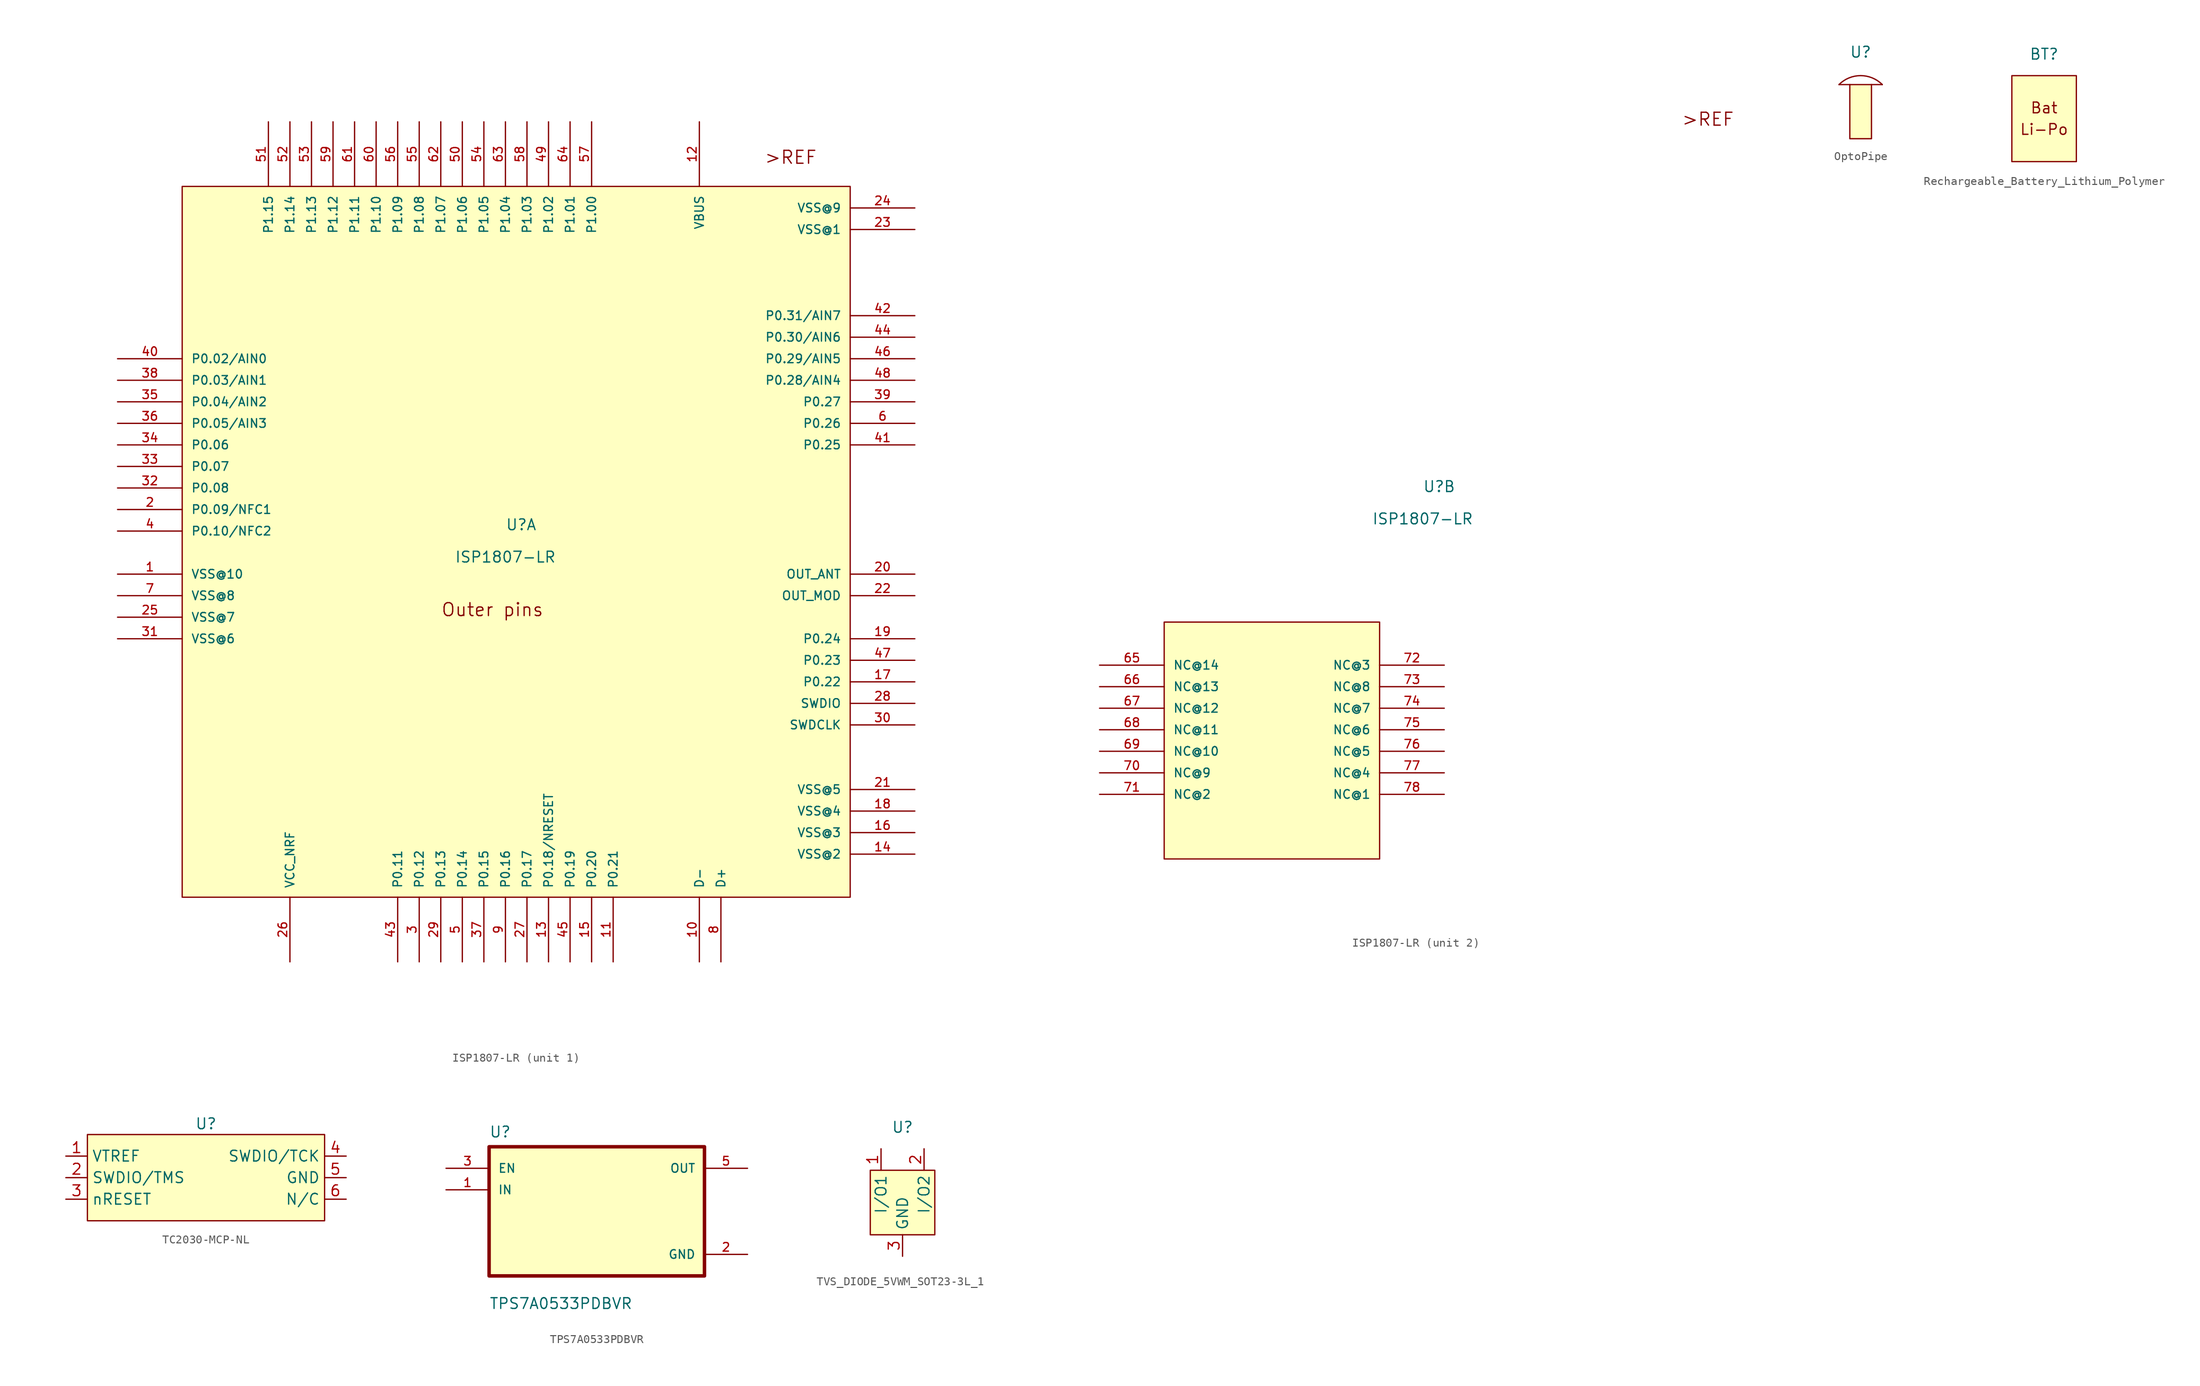
<source format=kicad_sym>
(kicad_symbol_lib
  (version 20220914)
  (generator kicad_symbol_editor)
  (symbol "ISP1807-LR"
    (pin_names
      (offset 1.016))
    (property "Reference" "U"
      (at 38.1 43.18 0)
      (effects (font (size 1.27 1.27)) (justify left bottom)))
    (property "Value" "ISP1807-LR"
      (at 38.1 39.37 0)
      (effects (font (size 1.27 1.27)) (justify bottom)))
    (symbol "ISP1807-LR_1_0"
      (rectangle (start 0 83.82) (end 78.74 0) (stroke (width 0.152) (type default)) (fill (type background)))
      (text ">REF" (at 68.58 86.36 0) (effects (font (size 1.524 1.524)) (justify left bottom)))
      (text "Outer pins" (at 30.48 33.02 0) (effects (font (size 1.524 1.524)) (justify left bottom)))
      (pin power_in line (at -7.62 38.1 0) (length 7.62) (name "VSS@10" (effects (font (size 1.016 1.016)))) (number "1" (effects (font (size 1.016 1.016)))))
      (pin power_in line (at 60.96 -7.62 90) (length 7.62) (name "D-" (effects (font (size 1.016 1.016)))) (number "10" (effects (font (size 1.016 1.016)))))
      (pin bidirectional line (at 50.8 -7.62 90) (length 7.62) (name "P0.21" (effects (font (size 1.016 1.016)))) (number "11" (effects (font (size 1.016 1.016)))))
      (pin power_in line (at 60.96 91.44 270) (length 7.62) (name "VBUS" (effects (font (size 1.016 1.016)))) (number "12" (effects (font (size 1.016 1.016)))))
      (pin bidirectional line (at 43.18 -7.62 90) (length 7.62) (name "P0.18/NRESET" (effects (font (size 1.016 1.016)))) (number "13" (effects (font (size 1.016 1.016)))))
      (pin power_in line (at 86.36 5.08 180) (length 7.62) (name "VSS@2" (effects (font (size 1.016 1.016)))) (number "14" (effects (font (size 1.016 1.016)))))
      (pin bidirectional line (at 48.26 -7.62 90) (length 7.62) (name "P0.20" (effects (font (size 1.016 1.016)))) (number "15" (effects (font (size 1.016 1.016)))))
      (pin power_in line (at 86.36 7.62 180) (length 7.62) (name "VSS@3" (effects (font (size 1.016 1.016)))) (number "16" (effects (font (size 1.016 1.016)))))
      (pin bidirectional line (at 86.36 25.4 180) (length 7.62) (name "P0.22" (effects (font (size 1.016 1.016)))) (number "17" (effects (font (size 1.016 1.016)))))
      (pin power_in line (at 86.36 10.16 180) (length 7.62) (name "VSS@4" (effects (font (size 1.016 1.016)))) (number "18" (effects (font (size 1.016 1.016)))))
      (pin bidirectional line (at 86.36 30.48 180) (length 7.62) (name "P0.24" (effects (font (size 1.016 1.016)))) (number "19" (effects (font (size 1.016 1.016)))))
      (pin bidirectional line (at -7.62 45.72 0) (length 7.62) (name "P0.09/NFC1" (effects (font (size 1.016 1.016)))) (number "2" (effects (font (size 1.016 1.016)))))
      (pin bidirectional line (at 86.36 38.1 180) (length 7.62) (name "OUT_ANT" (effects (font (size 1.016 1.016)))) (number "20" (effects (font (size 1.016 1.016)))))
      (pin power_in line (at 86.36 12.7 180) (length 7.62) (name "VSS@5" (effects (font (size 1.016 1.016)))) (number "21" (effects (font (size 1.016 1.016)))))
      (pin bidirectional line (at 86.36 35.56 180) (length 7.62) (name "OUT_MOD" (effects (font (size 1.016 1.016)))) (number "22" (effects (font (size 1.016 1.016)))))
      (pin power_in line (at 86.36 78.74 180) (length 7.62) (name "VSS@1" (effects (font (size 1.016 1.016)))) (number "23" (effects (font (size 1.016 1.016)))))
      (pin power_in line (at 86.36 81.28 180) (length 7.62) (name "VSS@9" (effects (font (size 1.016 1.016)))) (number "24" (effects (font (size 1.016 1.016)))))
      (pin power_in line (at -7.62 33.02 0) (length 7.62) (name "VSS@7" (effects (font (size 1.016 1.016)))) (number "25" (effects (font (size 1.016 1.016)))))
      (pin power_in line (at 12.7 -7.62 90) (length 7.62) (name "VCC_NRF" (effects (font (size 1.016 1.016)))) (number "26" (effects (font (size 1.016 1.016)))))
      (pin bidirectional line (at 40.64 -7.62 90) (length 7.62) (name "P0.17" (effects (font (size 1.016 1.016)))) (number "27" (effects (font (size 1.016 1.016)))))
      (pin bidirectional line (at 86.36 22.86 180) (length 7.62) (name "SWDIO" (effects (font (size 1.016 1.016)))) (number "28" (effects (font (size 1.016 1.016)))))
      (pin bidirectional line (at 30.48 -7.62 90) (length 7.62) (name "P0.13" (effects (font (size 1.016 1.016)))) (number "29" (effects (font (size 1.016 1.016)))))
      (pin bidirectional line (at 27.94 -7.62 90) (length 7.62) (name "P0.12" (effects (font (size 1.016 1.016)))) (number "3" (effects (font (size 1.016 1.016)))))
      (pin input line (at 86.36 20.32 180) (length 7.62) (name "SWDCLK" (effects (font (size 1.016 1.016)))) (number "30" (effects (font (size 1.016 1.016)))))
      (pin power_in line (at -7.62 30.48 0) (length 7.62) (name "VSS@6" (effects (font (size 1.016 1.016)))) (number "31" (effects (font (size 1.016 1.016)))))
      (pin bidirectional line (at -7.62 48.26 0) (length 7.62) (name "P0.08" (effects (font (size 1.016 1.016)))) (number "32" (effects (font (size 1.016 1.016)))))
      (pin bidirectional line (at -7.62 50.8 0) (length 7.62) (name "P0.07" (effects (font (size 1.016 1.016)))) (number "33" (effects (font (size 1.016 1.016)))))
      (pin bidirectional line (at -7.62 53.34 0) (length 7.62) (name "P0.06" (effects (font (size 1.016 1.016)))) (number "34" (effects (font (size 1.016 1.016)))))
      (pin bidirectional line (at -7.62 58.42 0) (length 7.62) (name "P0.04/AIN2" (effects (font (size 1.016 1.016)))) (number "35" (effects (font (size 1.016 1.016)))))
      (pin bidirectional line (at -7.62 55.88 0) (length 7.62) (name "P0.05/AIN3" (effects (font (size 1.016 1.016)))) (number "36" (effects (font (size 1.016 1.016)))))
      (pin bidirectional line (at 35.56 -7.62 90) (length 7.62) (name "P0.15" (effects (font (size 1.016 1.016)))) (number "37" (effects (font (size 1.016 1.016)))))
      (pin bidirectional line (at -7.62 60.96 0) (length 7.62) (name "P0.03/AIN1" (effects (font (size 1.016 1.016)))) (number "38" (effects (font (size 1.016 1.016)))))
      (pin bidirectional line (at 86.36 58.42 180) (length 7.62) (name "P0.27" (effects (font (size 1.016 1.016)))) (number "39" (effects (font (size 1.016 1.016)))))
      (pin bidirectional line (at -7.62 43.18 0) (length 7.62) (name "P0.10/NFC2" (effects (font (size 1.016 1.016)))) (number "4" (effects (font (size 1.016 1.016)))))
      (pin bidirectional line (at -7.62 63.5 0) (length 7.62) (name "P0.02/AIN0" (effects (font (size 1.016 1.016)))) (number "40" (effects (font (size 1.016 1.016)))))
      (pin bidirectional line (at 86.36 53.34 180) (length 7.62) (name "P0.25" (effects (font (size 1.016 1.016)))) (number "41" (effects (font (size 1.016 1.016)))))
      (pin bidirectional line (at 86.36 68.58 180) (length 7.62) (name "P0.31/AIN7" (effects (font (size 1.016 1.016)))) (number "42" (effects (font (size 1.016 1.016)))))
      (pin bidirectional line (at 25.4 -7.62 90) (length 7.62) (name "P0.11" (effects (font (size 1.016 1.016)))) (number "43" (effects (font (size 1.016 1.016)))))
      (pin bidirectional line (at 86.36 66.04 180) (length 7.62) (name "P0.30/AIN6" (effects (font (size 1.016 1.016)))) (number "44" (effects (font (size 1.016 1.016)))))
      (pin bidirectional line (at 45.72 -7.62 90) (length 7.62) (name "P0.19" (effects (font (size 1.016 1.016)))) (number "45" (effects (font (size 1.016 1.016)))))
      (pin bidirectional line (at 86.36 63.5 180) (length 7.62) (name "P0.29/AIN5" (effects (font (size 1.016 1.016)))) (number "46" (effects (font (size 1.016 1.016)))))
      (pin bidirectional line (at 86.36 27.94 180) (length 7.62) (name "P0.23" (effects (font (size 1.016 1.016)))) (number "47" (effects (font (size 1.016 1.016)))))
      (pin bidirectional line (at 86.36 60.96 180) (length 7.62) (name "P0.28/AIN4" (effects (font (size 1.016 1.016)))) (number "48" (effects (font (size 1.016 1.016)))))
      (pin bidirectional line (at 43.18 91.44 270) (length 7.62) (name "P1.02" (effects (font (size 1.016 1.016)))) (number "49" (effects (font (size 1.016 1.016)))))
      (pin bidirectional line (at 33.02 -7.62 90) (length 7.62) (name "P0.14" (effects (font (size 1.016 1.016)))) (number "5" (effects (font (size 1.016 1.016)))))
      (pin bidirectional line (at 33.02 91.44 270) (length 7.62) (name "P1.06" (effects (font (size 1.016 1.016)))) (number "50" (effects (font (size 1.016 1.016)))))
      (pin bidirectional line (at 10.16 91.44 270) (length 7.62) (name "P1.15" (effects (font (size 1.016 1.016)))) (number "51" (effects (font (size 1.016 1.016)))))
      (pin bidirectional line (at 12.7 91.44 270) (length 7.62) (name "P1.14" (effects (font (size 1.016 1.016)))) (number "52" (effects (font (size 1.016 1.016)))))
      (pin bidirectional line (at 15.24 91.44 270) (length 7.62) (name "P1.13" (effects (font (size 1.016 1.016)))) (number "53" (effects (font (size 1.016 1.016)))))
      (pin bidirectional line (at 35.56 91.44 270) (length 7.62) (name "P1.05" (effects (font (size 1.016 1.016)))) (number "54" (effects (font (size 1.016 1.016)))))
      (pin bidirectional line (at 27.94 91.44 270) (length 7.62) (name "P1.08" (effects (font (size 1.016 1.016)))) (number "55" (effects (font (size 1.016 1.016)))))
      (pin bidirectional line (at 25.4 91.44 270) (length 7.62) (name "P1.09" (effects (font (size 1.016 1.016)))) (number "56" (effects (font (size 1.016 1.016)))))
      (pin bidirectional line (at 48.26 91.44 270) (length 7.62) (name "P1.00" (effects (font (size 1.016 1.016)))) (number "57" (effects (font (size 1.016 1.016)))))
      (pin bidirectional line (at 40.64 91.44 270) (length 7.62) (name "P1.03" (effects (font (size 1.016 1.016)))) (number "58" (effects (font (size 1.016 1.016)))))
      (pin bidirectional line (at 17.78 91.44 270) (length 7.62) (name "P1.12" (effects (font (size 1.016 1.016)))) (number "59" (effects (font (size 1.016 1.016)))))
      (pin bidirectional line (at 86.36 55.88 180) (length 7.62) (name "P0.26" (effects (font (size 1.016 1.016)))) (number "6" (effects (font (size 1.016 1.016)))))
      (pin bidirectional line (at 22.86 91.44 270) (length 7.62) (name "P1.10" (effects (font (size 1.016 1.016)))) (number "60" (effects (font (size 1.016 1.016)))))
      (pin bidirectional line (at 20.32 91.44 270) (length 7.62) (name "P1.11" (effects (font (size 1.016 1.016)))) (number "61" (effects (font (size 1.016 1.016)))))
      (pin bidirectional line (at 30.48 91.44 270) (length 7.62) (name "P1.07" (effects (font (size 1.016 1.016)))) (number "62" (effects (font (size 1.016 1.016)))))
      (pin bidirectional line (at 38.1 91.44 270) (length 7.62) (name "P1.04" (effects (font (size 1.016 1.016)))) (number "63" (effects (font (size 1.016 1.016)))))
      (pin bidirectional line (at 45.72 91.44 270) (length 7.62) (name "P1.01" (effects (font (size 1.016 1.016)))) (number "64" (effects (font (size 1.016 1.016)))))
      (pin power_in line (at -7.62 35.56 0) (length 7.62) (name "VSS@8" (effects (font (size 1.016 1.016)))) (number "7" (effects (font (size 1.016 1.016)))))
      (pin power_in line (at 63.5 -7.62 90) (length 7.62) (name "D+" (effects (font (size 1.016 1.016)))) (number "8" (effects (font (size 1.016 1.016)))))
      (pin bidirectional line (at 38.1 -7.62 90) (length 7.62) (name "P0.16" (effects (font (size 1.016 1.016)))) (number "9" (effects (font (size 1.016 1.016))))))
    (symbol "ISP1807-LR_2_0"
      (rectangle (start 7.62 0) (end 33.02 27.94) (stroke (width 0.152) (type default)) (fill (type background)))
      (text ">REF" (at 68.58 86.36 0) (effects (font (size 1.524 1.524)) (justify left bottom)))
      (pin passive line (at 0 22.86 0) (length 7.62) (name "NC@14" (effects (font (size 1.016 1.016)))) (number "65" (effects (font (size 1.016 1.016)))))
      (pin passive line (at 0 20.32 0) (length 7.62) (name "NC@13" (effects (font (size 1.016 1.016)))) (number "66" (effects (font (size 1.016 1.016)))))
      (pin passive line (at 0 17.78 0) (length 7.62) (name "NC@12" (effects (font (size 1.016 1.016)))) (number "67" (effects (font (size 1.016 1.016)))))
      (pin passive line (at 0 15.24 0) (length 7.62) (name "NC@11" (effects (font (size 1.016 1.016)))) (number "68" (effects (font (size 1.016 1.016)))))
      (pin passive line (at 0 12.7 0) (length 7.62) (name "NC@10" (effects (font (size 1.016 1.016)))) (number "69" (effects (font (size 1.016 1.016)))))
      (pin passive line (at 0 10.16 0) (length 7.62) (name "NC@9" (effects (font (size 1.016 1.016)))) (number "70" (effects (font (size 1.016 1.016)))))
      (pin passive line (at 0 7.62 0) (length 7.62) (name "NC@2" (effects (font (size 1.016 1.016)))) (number "71" (effects (font (size 1.016 1.016)))))
      (pin passive line (at 40.64 22.86 180) (length 7.62) (name "NC@3" (effects (font (size 1.016 1.016)))) (number "72" (effects (font (size 1.016 1.016)))))
      (pin passive line (at 40.64 20.32 180) (length 7.62) (name "NC@8" (effects (font (size 1.016 1.016)))) (number "73" (effects (font (size 1.016 1.016)))))
      (pin passive line (at 40.64 17.78 180) (length 7.62) (name "NC@7" (effects (font (size 1.016 1.016)))) (number "74" (effects (font (size 1.016 1.016)))))
      (pin passive line (at 40.64 15.24 180) (length 7.62) (name "NC@6" (effects (font (size 1.016 1.016)))) (number "75" (effects (font (size 1.016 1.016)))))
      (pin passive line (at 40.64 12.7 180) (length 7.62) (name "NC@5" (effects (font (size 1.016 1.016)))) (number "76" (effects (font (size 1.016 1.016)))))
      (pin passive line (at 40.64 10.16 180) (length 7.62) (name "NC@4" (effects (font (size 1.016 1.016)))) (number "77" (effects (font (size 1.016 1.016)))))
      (pin passive line (at 40.64 7.62 180) (length 7.62) (name "NC@1" (effects (font (size 1.016 1.016)))) (number "78" (effects (font (size 1.016 1.016)))))))
  (symbol "OptoPipe"
    (property "Reference" "U"
      (at 0 6.35 0)
      (effects (font (size 1.27 1.27))))
    (property "Value" ""
      (at 0 0 0)
      (effects (font (size 1.27 1.27))))
    (symbol "OptoPipe_1_1"
      (rectangle (start -1.27 2.54) (end 1.27 -3.81) (stroke (width 0) (type default)) (fill (type background)))
      (polyline (pts (xy -1.27 2.54) (xy -2.54 2.54)) (stroke (width 0) (type default)) (fill (type none)))
      (polyline (pts (xy 1.27 2.54) (xy 2.54 2.54)) (stroke (width 0) (type default)) (fill (type none)))
      (arc (start 2.54 2.54) (mid 0 3.5921) (end -2.54 2.54) (stroke (width 0) (type default)) (fill (type none)))))
  (symbol "Rechargeable_Battery_Lithium_Polymer"
    (property "Reference" "BT"
      (at 0 7.62 0)
      (effects (font (size 1.27 1.27))))
    (property "Value" ""
      (at 0 0 0)
      (effects (font (size 1.27 1.27))))
    (symbol "Rechargeable_Battery_Lithium_Polymer_1_1"
      (rectangle (start -3.81 5.08) (end 3.81 -5.08) (stroke (width 0) (type default)) (fill (type background)))
      (text "Bat" (at 0 1.27 0) (effects (font (size 1.27 1.27))))
      (text "Li-Po" (at 0 -1.27 0) (effects (font (size 1.27 1.27))))))
  (symbol "TC2030-MCP-NL"
    (property "Reference" "U"
      (at 0 6.35 0)
      (effects (font (size 1.27 1.27))))
    (property "Value" ""
      (at -7.62 0 0)
      (effects (font (size 1.27 1.27))))
    (symbol "TC2030-MCP-NL_1_1"
      (rectangle (start -13.97 5.08) (end 13.97 -5.08) (stroke (width 0) (type default)) (fill (type background)))
      (pin input line (at -16.51 2.54 0) (length 2.54) (name "VTREF" (effects (font (size 1.27 1.27)))) (number "1" (effects (font (size 1.27 1.27)))))
      (pin input line (at -16.51 0 0) (length 2.54) (name "SWDIO/TMS" (effects (font (size 1.27 1.27)))) (number "2" (effects (font (size 1.27 1.27)))))
      (pin input line (at -16.51 -2.54 0) (length 2.54) (name "nRESET" (effects (font (size 1.27 1.27)))) (number "3" (effects (font (size 1.27 1.27)))))
      (pin input line (at 16.51 2.54 180) (length 2.54) (name "SWDIO/TCK" (effects (font (size 1.27 1.27)))) (number "4" (effects (font (size 1.27 1.27)))))
      (pin input line (at 16.51 0 180) (length 2.54) (name "GND" (effects (font (size 1.27 1.27)))) (number "5" (effects (font (size 1.27 1.27)))))
      (pin input line (at 16.51 -2.54 180) (length 2.54) (name "N/C" (effects (font (size 1.27 1.27)))) (number "6" (effects (font (size 1.27 1.27)))))))
  (symbol "TPS7A0533PDBVR"
    (pin_names
      (offset 1.016))
    (property "Reference" "U"
      (at -12.7 8.62 0)
      (effects (font (size 1.27 1.27)) (justify left bottom)))
    (property "Value" "TPS7A0533PDBVR"
      (at -12.7 -11.62 0)
      (effects (font (size 1.27 1.27)) (justify left bottom)))
    (symbol "TPS7A0533PDBVR_0_0"
      (rectangle (start -12.7 7.62) (end 12.7 -7.62) (stroke (width 0.41) (type default)) (fill (type background)))
      (pin input line (at -17.78 2.54 0) (length 5.08) (name "IN" (effects (font (size 1.016 1.016)))) (number "1" (effects (font (size 1.016 1.016)))))
      (pin power_in line (at 17.78 -5.08 180) (length 5.08) (name "GND" (effects (font (size 1.016 1.016)))) (number "2" (effects (font (size 1.016 1.016)))))
      (pin input line (at -17.78 5.08 0) (length 5.08) (name "EN" (effects (font (size 1.016 1.016)))) (number "3" (effects (font (size 1.016 1.016)))))
      (pin output line (at 17.78 5.08 180) (length 5.08) (name "OUT" (effects (font (size 1.016 1.016)))) (number "5" (effects (font (size 1.016 1.016)))))))
  (symbol "TVS_DIODE_5VWM_SOT23-3L_1"
    (property "Reference" "U"
      (at 0 8.89 0)
      (effects (font (size 1.27 1.27))))
    (property "Value" ""
      (at -1.27 2.54 0)
      (effects (font (size 1.27 1.27))))
    (symbol "TVS_DIODE_5VWM_SOT23-3L_1_1_1"
      (rectangle (start -3.81 3.81) (end 3.81 -3.81) (stroke (width 0) (type default)) (fill (type background)))
      (pin input line (at -2.54 6.35 270) (length 2.54) (name "I/O1" (effects (font (size 1.27 1.27)))) (number "1" (effects (font (size 1.27 1.27)))))
      (pin input line (at 2.54 6.35 270) (length 2.54) (name "I/O2" (effects (font (size 1.27 1.27)))) (number "2" (effects (font (size 1.27 1.27)))))
      (pin input line (at 0 -6.35 90) (length 2.54) (name "GND" (effects (font (size 1.27 1.27)))) (number "3" (effects (font (size 1.27 1.27))))))))
</source>
